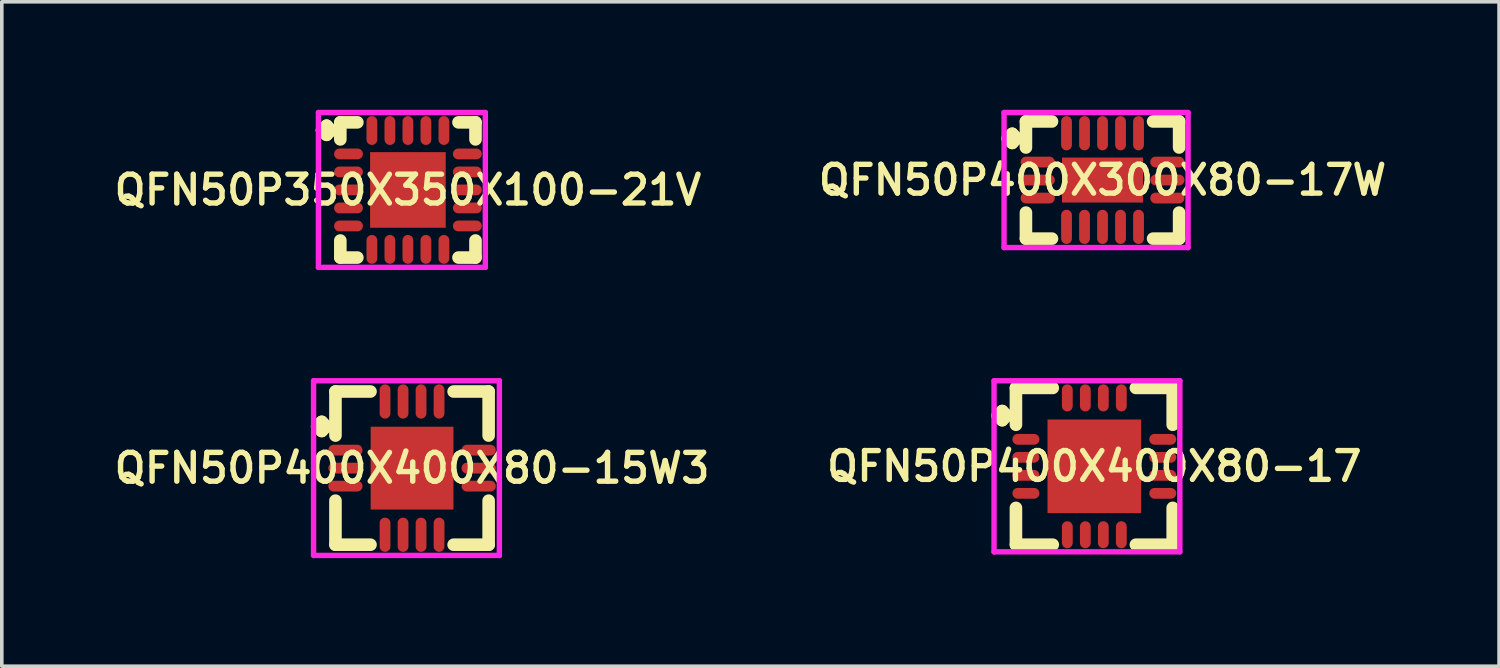
<source format=kicad_pcb>
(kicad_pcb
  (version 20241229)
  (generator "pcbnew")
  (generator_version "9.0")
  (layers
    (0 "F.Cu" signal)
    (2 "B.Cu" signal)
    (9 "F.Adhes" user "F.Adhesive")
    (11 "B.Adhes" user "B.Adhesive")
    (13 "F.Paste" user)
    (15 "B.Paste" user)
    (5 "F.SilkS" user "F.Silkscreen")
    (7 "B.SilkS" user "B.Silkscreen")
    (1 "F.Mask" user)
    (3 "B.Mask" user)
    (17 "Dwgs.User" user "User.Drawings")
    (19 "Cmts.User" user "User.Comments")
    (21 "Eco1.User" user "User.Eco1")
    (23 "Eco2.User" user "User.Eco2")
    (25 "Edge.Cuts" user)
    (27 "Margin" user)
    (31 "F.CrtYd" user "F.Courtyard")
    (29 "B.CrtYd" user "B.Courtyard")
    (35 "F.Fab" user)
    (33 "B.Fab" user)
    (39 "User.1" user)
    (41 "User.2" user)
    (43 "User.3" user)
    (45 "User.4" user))
  (footprint "QFN50P400X300X80-17W"
    (layer "F.Cu")
    (at 27.568 1.95)
    (property "Reference" "QFN50P400X300X80-17W" (at 0 0 0) (layer "F.SilkS") (effects (font (size 0.8 0.8) (thickness 0.15))))
    (attr smd)
    (fp_line (start -2.635 -1.158) (end -2.508 -1.285) (stroke (width 0.35) (type solid)) (layer "F.SilkS"))
    (fp_line (start -2.508 -1.285) (end -2.381 -1.158) (stroke (width 0.35) (type solid)) (layer "F.SilkS"))
    (fp_line (start -2.508 -1.031) (end -2.635 -1.158) (stroke (width 0.35) (type solid)) (layer "F.SilkS"))
    (fp_line (start -2.381 -1.158) (end -2.508 -1.031) (stroke (width 0.35) (type solid)) (layer "F.SilkS"))
    (fp_line (start -2.127 -1.627) (end -1.404 -1.627) (stroke (width 0.35) (type solid)) (layer "F.SilkS"))
    (fp_line (start -2.127 -0.904) (end -2.127 -1.627) (stroke (width 0.35) (type solid)) (layer "F.SilkS"))
    (fp_line (start -2.127 0.904) (end -2.127 1.627) (stroke (width 0.35) (type solid)) (layer "F.SilkS"))
    (fp_line (start -2.127 1.627) (end -1.404 1.627) (stroke (width 0.35) (type solid)) (layer "F.SilkS"))
    (fp_line (start 1.404 -1.627) (end 2.127 -1.627) (stroke (width 0.35) (type solid)) (layer "F.SilkS"))
    (fp_line (start 1.404 1.627) (end 2.127 1.627) (stroke (width 0.35) (type solid)) (layer "F.SilkS"))
    (fp_line (start 2.127 -1.627) (end 2.127 -0.904) (stroke (width 0.35) (type solid)) (layer "F.SilkS"))
    (fp_line (start 2.127 1.627) (end 2.127 0.904) (stroke (width 0.35) (type solid)) (layer "F.SilkS"))
    (fp_line (start -2.735 -1.875) (end 2.375 -1.875) (stroke (width 0.15) (type solid)) (layer "F.CrtYd"))
    (fp_line (start -2.735 1.875) (end -2.735 -1.875) (stroke (width 0.15) (type solid)) (layer "F.CrtYd"))
    (fp_line (start 2.375 -1.875) (end 2.375 1.875) (stroke (width 0.15) (type solid)) (layer "F.CrtYd"))
    (fp_line (start 2.375 1.875) (end -2.735 1.875) (stroke (width 0.15) (type solid)) (layer "F.CrtYd"))
    (pad "1" smd oval (at -1.8 -0.5) (size 0.95 0.3) (layers "F.Cu" "F.Mask" "F.Paste"))
    (pad "2" smd oval (at -1.8 0) (size 0.95 0.3) (layers "F.Cu" "F.Mask" "F.Paste"))
    (pad "3" smd oval (at -1.8 0.5) (size 0.95 0.3) (layers "F.Cu" "F.Mask" "F.Paste"))
    (pad "4" smd oval (at -1 1.3) (size 0.3 0.95) (layers "F.Cu" "F.Mask" "F.Paste"))
    (pad "5" smd oval (at -0.5 1.3) (size 0.3 0.95) (layers "F.Cu" "F.Mask" "F.Paste"))
    (pad "6" smd oval (at 0 1.3) (size 0.3 0.95) (layers "F.Cu" "F.Mask" "F.Paste"))
    (pad "7" smd oval (at 0.5 1.3) (size 0.3 0.95) (layers "F.Cu" "F.Mask" "F.Paste"))
    (pad "8" smd oval (at 1 1.3) (size 0.3 0.95) (layers "F.Cu" "F.Mask" "F.Paste"))
    (pad "9" smd oval (at 1.8 0.5) (size 0.95 0.3) (layers "F.Cu" "F.Mask" "F.Paste"))
    (pad "10" smd oval (at 1.8 0) (size 0.95 0.3) (layers "F.Cu" "F.Mask" "F.Paste"))
    (pad "11" smd oval (at 1.8 -0.5) (size 0.95 0.3) (layers "F.Cu" "F.Mask" "F.Paste"))
    (pad "12" smd oval (at 1 -1.3) (size 0.3 0.95) (layers "F.Cu" "F.Mask" "F.Paste"))
    (pad "13" smd oval (at 0.5 -1.3) (size 0.3 0.95) (layers "F.Cu" "F.Mask" "F.Paste"))
    (pad "14" smd oval (at 0 -1.3) (size 0.3 0.95) (layers "F.Cu" "F.Mask" "F.Paste"))
    (pad "15" smd oval (at -0.5 -1.3) (size 0.3 0.95) (layers "F.Cu" "F.Mask" "F.Paste"))
    (pad "16" smd oval (at -1 -1.3) (size 0.3 0.95) (layers "F.Cu" "F.Mask" "F.Paste"))
    (pad "17" smd rect (at 0 0) (size 2.25 1.25) (layers "F.Cu" "F.Mask" "F.Paste")))
  (footprint "QFN50P400X400X80-17"
    (layer "F.Cu")
    (at 27.34 9.9)
    (property "Reference" "QFN50P400X400X80-17" (at 0 0 0) (layer "F.SilkS") (effects (font (size 0.8 0.8) (thickness 0.15))))
    (attr smd)
    (fp_line (start -2.685 -1.408) (end -2.558 -1.535) (stroke (width 0.35) (type solid)) (layer "F.SilkS"))
    (fp_line (start -2.558 -1.535) (end -2.431 -1.408) (stroke (width 0.35) (type solid)) (layer "F.SilkS"))
    (fp_line (start -2.558 -1.281) (end -2.685 -1.408) (stroke (width 0.35) (type solid)) (layer "F.SilkS"))
    (fp_line (start -2.431 -1.408) (end -2.558 -1.281) (stroke (width 0.35) (type solid)) (layer "F.SilkS"))
    (fp_line (start -2.177 -2.177) (end -1.154 -2.177) (stroke (width 0.35) (type solid)) (layer "F.SilkS"))
    (fp_line (start -2.177 -1.154) (end -2.177 -2.177) (stroke (width 0.35) (type solid)) (layer "F.SilkS"))
    (fp_line (start -2.177 1.154) (end -2.177 2.177) (stroke (width 0.35) (type solid)) (layer "F.SilkS"))
    (fp_line (start -2.177 2.177) (end -1.154 2.177) (stroke (width 0.35) (type solid)) (layer "F.SilkS"))
    (fp_line (start 1.154 -2.177) (end 2.177 -2.177) (stroke (width 0.35) (type solid)) (layer "F.SilkS"))
    (fp_line (start 1.154 2.177) (end 2.177 2.177) (stroke (width 0.35) (type solid)) (layer "F.SilkS"))
    (fp_line (start 2.177 -2.177) (end 2.177 -1.154) (stroke (width 0.35) (type solid)) (layer "F.SilkS"))
    (fp_line (start 2.177 2.177) (end 2.177 1.154) (stroke (width 0.35) (type solid)) (layer "F.SilkS"))
    (fp_line (start -2.785 -2.375) (end 2.375 -2.375) (stroke (width 0.15) (type solid)) (layer "F.CrtYd"))
    (fp_line (start -2.785 2.375) (end -2.785 -2.375) (stroke (width 0.15) (type solid)) (layer "F.CrtYd"))
    (fp_line (start 2.375 -2.375) (end 2.375 2.375) (stroke (width 0.15) (type solid)) (layer "F.CrtYd"))
    (fp_line (start 2.375 2.375) (end -2.785 2.375) (stroke (width 0.15) (type solid)) (layer "F.CrtYd"))
    (pad "1" smd oval (at -1.9 -0.75) (size 0.75 0.3) (layers "F.Cu" "F.Mask" "F.Paste"))
    (pad "2" smd oval (at -1.9 -0.25) (size 0.75 0.3) (layers "F.Cu" "F.Mask" "F.Paste"))
    (pad "3" smd oval (at -1.9 0.25) (size 0.75 0.3) (layers "F.Cu" "F.Mask" "F.Paste"))
    (pad "4" smd oval (at -1.9 0.75) (size 0.75 0.3) (layers "F.Cu" "F.Mask" "F.Paste"))
    (pad "5" smd oval (at -0.75 1.9) (size 0.3 0.75) (layers "F.Cu" "F.Mask" "F.Paste"))
    (pad "6" smd oval (at -0.25 1.9) (size 0.3 0.75) (layers "F.Cu" "F.Mask" "F.Paste"))
    (pad "7" smd oval (at 0.25 1.9) (size 0.3 0.75) (layers "F.Cu" "F.Mask" "F.Paste"))
    (pad "8" smd oval (at 0.75 1.9) (size 0.3 0.75) (layers "F.Cu" "F.Mask" "F.Paste"))
    (pad "9" smd oval (at 1.9 0.75) (size 0.75 0.3) (layers "F.Cu" "F.Mask" "F.Paste"))
    (pad "10" smd oval (at 1.9 0.25) (size 0.75 0.3) (layers "F.Cu" "F.Mask" "F.Paste"))
    (pad "11" smd oval (at 1.9 -0.25) (size 0.75 0.3) (layers "F.Cu" "F.Mask" "F.Paste"))
    (pad "12" smd oval (at 1.9 -0.75) (size 0.75 0.3) (layers "F.Cu" "F.Mask" "F.Paste"))
    (pad "13" smd oval (at 0.75 -1.9) (size 0.3 0.75) (layers "F.Cu" "F.Mask" "F.Paste"))
    (pad "14" smd oval (at 0.25 -1.9) (size 0.3 0.75) (layers "F.Cu" "F.Mask" "F.Paste"))
    (pad "15" smd oval (at -0.25 -1.9) (size 0.3 0.75) (layers "F.Cu" "F.Mask" "F.Paste"))
    (pad "16" smd oval (at -0.75 -1.9) (size 0.3 0.75) (layers "F.Cu" "F.Mask" "F.Paste"))
    (pad "17" smd rect (at 0 0) (size 2.6 2.6) (layers "F.Cu" "F.Mask" "F.Paste")))
  (footprint "QFN50P400X400X80-15W3"
    (layer "F.Cu")
    (at 8.393 9.95)
    (property "Reference" "QFN50P400X400X80-15W3" (at 0 0 0) (layer "F.SilkS") (effects (font (size 0.8 0.8) (thickness 0.15))))
    (attr smd)
    (fp_line (start -2.635 -1.158) (end -2.508 -1.285) (stroke (width 0.35) (type solid)) (layer "F.SilkS"))
    (fp_line (start -2.508 -1.285) (end -2.381 -1.158) (stroke (width 0.35) (type solid)) (layer "F.SilkS"))
    (fp_line (start -2.508 -1.031) (end -2.635 -1.158) (stroke (width 0.35) (type solid)) (layer "F.SilkS"))
    (fp_line (start -2.381 -1.158) (end -2.508 -1.031) (stroke (width 0.35) (type solid)) (layer "F.SilkS"))
    (fp_line (start -2.127 -2.127) (end -1.154 -2.127) (stroke (width 0.35) (type solid)) (layer "F.SilkS"))
    (fp_line (start -2.127 -0.904) (end -2.127 -2.127) (stroke (width 0.35) (type solid)) (layer "F.SilkS"))
    (fp_line (start -2.127 0.904) (end -2.127 2.127) (stroke (width 0.35) (type solid)) (layer "F.SilkS"))
    (fp_line (start -2.127 2.127) (end -1.154 2.127) (stroke (width 0.35) (type solid)) (layer "F.SilkS"))
    (fp_line (start 1.154 -2.127) (end 2.127 -2.127) (stroke (width 0.35) (type solid)) (layer "F.SilkS"))
    (fp_line (start 1.154 2.127) (end 2.127 2.127) (stroke (width 0.35) (type solid)) (layer "F.SilkS"))
    (fp_line (start 2.127 -2.127) (end 2.127 -0.904) (stroke (width 0.35) (type solid)) (layer "F.SilkS"))
    (fp_line (start 2.127 2.127) (end 2.127 0.904) (stroke (width 0.35) (type solid)) (layer "F.SilkS"))
    (fp_line (start -2.735 -2.425) (end 2.425 -2.425) (stroke (width 0.15) (type solid)) (layer "F.CrtYd"))
    (fp_line (start -2.735 2.425) (end -2.735 -2.425) (stroke (width 0.15) (type solid)) (layer "F.CrtYd"))
    (fp_line (start 2.425 -2.425) (end 2.425 2.425) (stroke (width 0.15) (type solid)) (layer "F.CrtYd"))
    (fp_line (start 2.425 2.425) (end -2.735 2.425) (stroke (width 0.15) (type solid)) (layer "F.CrtYd"))
    (pad "1" smd oval (at -1.85 -0.5) (size 0.95 0.3) (layers "F.Cu" "F.Mask" "F.Paste"))
    (pad "2" smd oval (at -1.85 0) (size 0.95 0.3) (layers "F.Cu" "F.Mask" "F.Paste"))
    (pad "3" smd oval (at -1.85 0.5) (size 0.95 0.3) (layers "F.Cu" "F.Mask" "F.Paste"))
    (pad "4" smd oval (at -0.75 1.85) (size 0.3 0.95) (layers "F.Cu" "F.Mask" "F.Paste"))
    (pad "5" smd oval (at -0.25 1.85) (size 0.3 0.95) (layers "F.Cu" "F.Mask" "F.Paste"))
    (pad "6" smd oval (at 0.25 1.85) (size 0.3 0.95) (layers "F.Cu" "F.Mask" "F.Paste"))
    (pad "7" smd oval (at 0.75 1.85) (size 0.3 0.95) (layers "F.Cu" "F.Mask" "F.Paste"))
    (pad "8" smd oval (at 1.85 0.5) (size 0.95 0.3) (layers "F.Cu" "F.Mask" "F.Paste"))
    (pad "9" smd oval (at 1.85 0) (size 0.95 0.3) (layers "F.Cu" "F.Mask" "F.Paste"))
    (pad "10" smd oval (at 1.85 -0.5) (size 0.95 0.3) (layers "F.Cu" "F.Mask" "F.Paste"))
    (pad "11" smd oval (at 0.75 -1.85) (size 0.3 0.95) (layers "F.Cu" "F.Mask" "F.Paste"))
    (pad "12" smd oval (at 0.25 -1.85) (size 0.3 0.95) (layers "F.Cu" "F.Mask" "F.Paste"))
    (pad "13" smd oval (at -0.25 -1.85) (size 0.3 0.95) (layers "F.Cu" "F.Mask" "F.Paste"))
    (pad "14" smd oval (at -0.75 -1.85) (size 0.3 0.95) (layers "F.Cu" "F.Mask" "F.Paste"))
    (pad "15" smd rect (at 0 0) (size 2.3 2.3) (layers "F.Cu" "F.Mask" "F.Paste")))
  (footprint "QFN50P350X350X100-21V"
    (layer "F.Cu")
    (at 8.278 2.225)
    (property "Reference" "QFN50P350X350X100-21V" (at 0 0 0) (layer "F.SilkS") (effects (font (size 0.8 0.8) (thickness 0.15))))
    (attr smd)
    (fp_line (start -2.385 -1.658) (end -2.258 -1.785) (stroke (width 0.35) (type solid)) (layer "F.SilkS"))
    (fp_line (start -2.258 -1.785) (end -2.131 -1.658) (stroke (width 0.35) (type solid)) (layer "F.SilkS"))
    (fp_line (start -2.258 -1.531) (end -2.385 -1.658) (stroke (width 0.35) (type solid)) (layer "F.SilkS"))
    (fp_line (start -2.131 -1.658) (end -2.258 -1.531) (stroke (width 0.35) (type solid)) (layer "F.SilkS"))
    (fp_line (start -1.877 -1.877) (end -1.404 -1.877) (stroke (width 0.35) (type solid)) (layer "F.SilkS"))
    (fp_line (start -1.877 -1.404) (end -1.877 -1.877) (stroke (width 0.35) (type solid)) (layer "F.SilkS"))
    (fp_line (start -1.877 1.404) (end -1.877 1.877) (stroke (width 0.35) (type solid)) (layer "F.SilkS"))
    (fp_line (start -1.877 1.877) (end -1.404 1.877) (stroke (width 0.35) (type solid)) (layer "F.SilkS"))
    (fp_line (start 1.404 -1.877) (end 1.877 -1.877) (stroke (width 0.35) (type solid)) (layer "F.SilkS"))
    (fp_line (start 1.404 1.877) (end 1.877 1.877) (stroke (width 0.35) (type solid)) (layer "F.SilkS"))
    (fp_line (start 1.877 -1.877) (end 1.877 -1.404) (stroke (width 0.35) (type solid)) (layer "F.SilkS"))
    (fp_line (start 1.877 1.877) (end 1.877 1.404) (stroke (width 0.35) (type solid)) (layer "F.SilkS"))
    (fp_line (start -2.485 -2.15) (end 2.15 -2.15) (stroke (width 0.15) (type solid)) (layer "F.CrtYd"))
    (fp_line (start -2.485 2.15) (end -2.485 -2.15) (stroke (width 0.15) (type solid)) (layer "F.CrtYd"))
    (fp_line (start 2.15 -2.15) (end 2.15 2.15) (stroke (width 0.15) (type solid)) (layer "F.CrtYd"))
    (fp_line (start 2.15 2.15) (end -2.485 2.15) (stroke (width 0.15) (type solid)) (layer "F.CrtYd"))
    (pad "1" smd oval (at -1.65 -1) (size 0.8 0.3) (layers "F.Cu" "F.Mask" "F.Paste"))
    (pad "2" smd oval (at -1.65 -0.5) (size 0.8 0.3) (layers "F.Cu" "F.Mask" "F.Paste"))
    (pad "3" smd oval (at -1.65 0) (size 0.8 0.3) (layers "F.Cu" "F.Mask" "F.Paste"))
    (pad "4" smd oval (at -1.65 0.5) (size 0.8 0.3) (layers "F.Cu" "F.Mask" "F.Paste"))
    (pad "5" smd oval (at -1.65 1) (size 0.8 0.3) (layers "F.Cu" "F.Mask" "F.Paste"))
    (pad "6" smd oval (at -1 1.65) (size 0.3 0.8) (layers "F.Cu" "F.Mask" "F.Paste"))
    (pad "7" smd oval (at -0.5 1.65) (size 0.3 0.8) (layers "F.Cu" "F.Mask" "F.Paste"))
    (pad "8" smd oval (at 0 1.65) (size 0.3 0.8) (layers "F.Cu" "F.Mask" "F.Paste"))
    (pad "9" smd oval (at 0.5 1.65) (size 0.3 0.8) (layers "F.Cu" "F.Mask" "F.Paste"))
    (pad "10" smd oval (at 1 1.65) (size 0.3 0.8) (layers "F.Cu" "F.Mask" "F.Paste"))
    (pad "11" smd oval (at 1.65 1) (size 0.8 0.3) (layers "F.Cu" "F.Mask" "F.Paste"))
    (pad "12" smd oval (at 1.65 0.5) (size 0.8 0.3) (layers "F.Cu" "F.Mask" "F.Paste"))
    (pad "13" smd oval (at 1.65 0) (size 0.8 0.3) (layers "F.Cu" "F.Mask" "F.Paste"))
    (pad "14" smd oval (at 1.65 -0.5) (size 0.8 0.3) (layers "F.Cu" "F.Mask" "F.Paste"))
    (pad "15" smd oval (at 1.65 -1) (size 0.8 0.3) (layers "F.Cu" "F.Mask" "F.Paste"))
    (pad "16" smd oval (at 1 -1.65) (size 0.3 0.8) (layers "F.Cu" "F.Mask" "F.Paste"))
    (pad "17" smd oval (at 0.5 -1.65) (size 0.3 0.8) (layers "F.Cu" "F.Mask" "F.Paste"))
    (pad "18" smd oval (at 0 -1.65) (size 0.3 0.8) (layers "F.Cu" "F.Mask" "F.Paste"))
    (pad "19" smd oval (at -0.5 -1.65) (size 0.3 0.8) (layers "F.Cu" "F.Mask" "F.Paste"))
    (pad "20" smd oval (at -1 -1.65) (size 0.3 0.8) (layers "F.Cu" "F.Mask" "F.Paste"))
    (pad "21" smd rect (at 0 0) (size 2.1 2.1) (layers "F.Cu" "F.Mask" "F.Paste")))
  (gr_rect
    (start -3 -3)
    (end 38.58 15.45)
    (stroke (width 0.1) (type default))
    (fill no)
    (layer "Edge.Cuts")))
</source>
